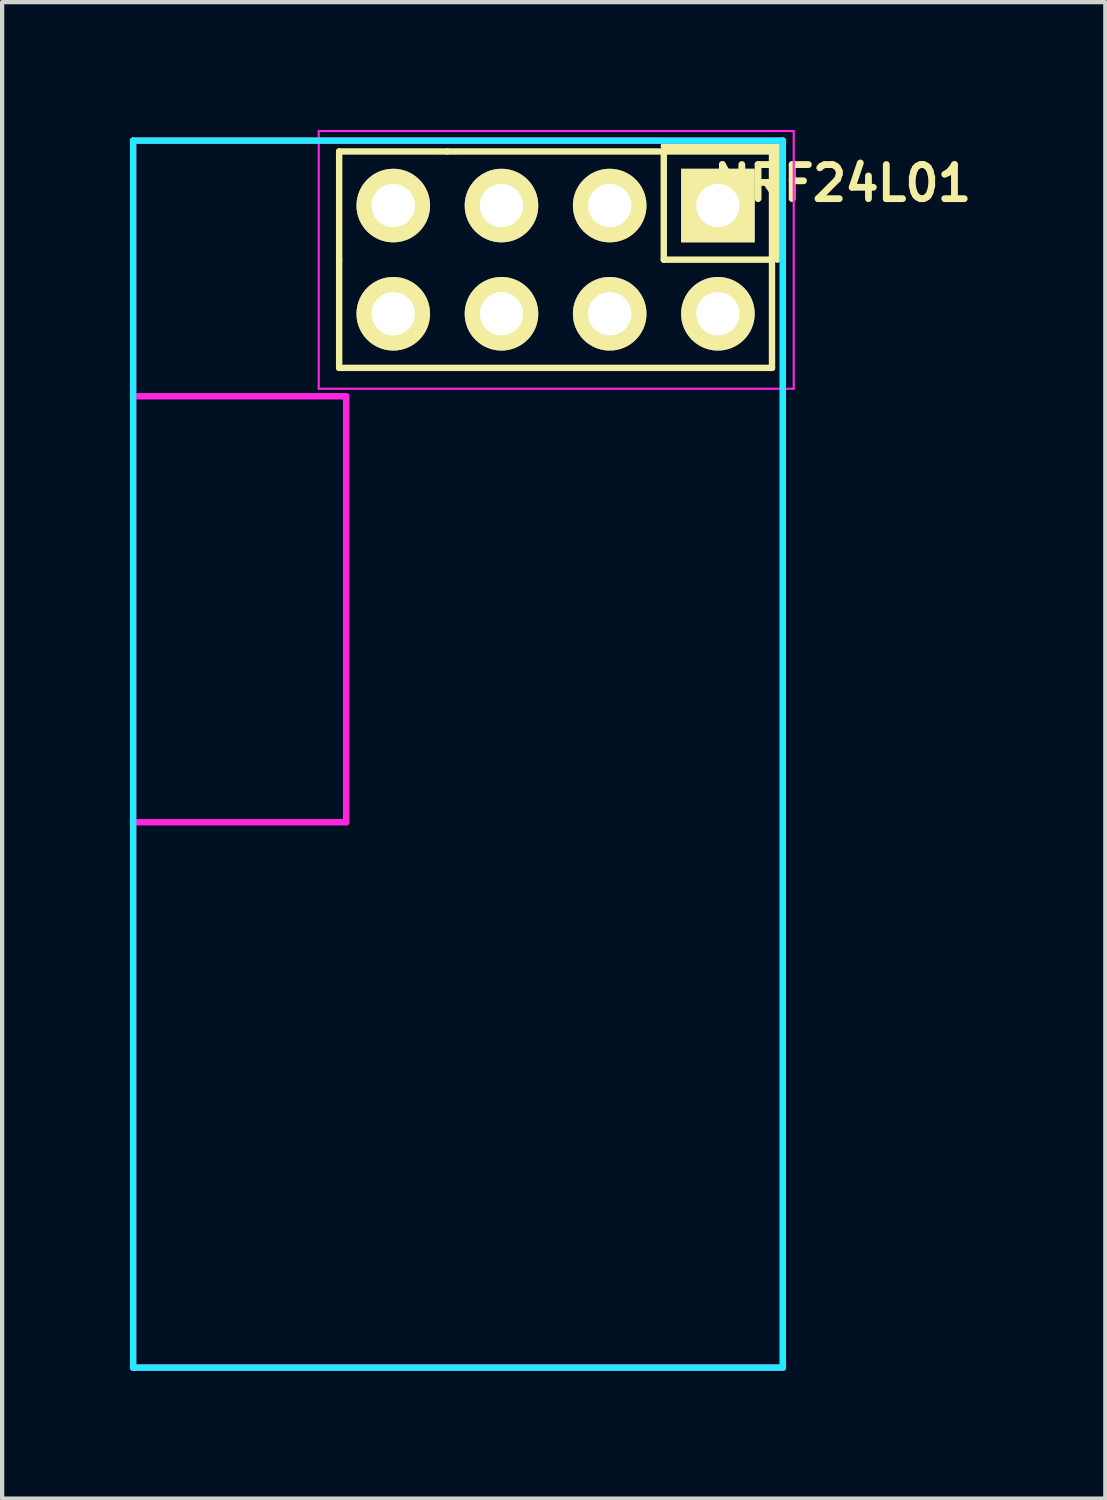
<source format=kicad_pcb>
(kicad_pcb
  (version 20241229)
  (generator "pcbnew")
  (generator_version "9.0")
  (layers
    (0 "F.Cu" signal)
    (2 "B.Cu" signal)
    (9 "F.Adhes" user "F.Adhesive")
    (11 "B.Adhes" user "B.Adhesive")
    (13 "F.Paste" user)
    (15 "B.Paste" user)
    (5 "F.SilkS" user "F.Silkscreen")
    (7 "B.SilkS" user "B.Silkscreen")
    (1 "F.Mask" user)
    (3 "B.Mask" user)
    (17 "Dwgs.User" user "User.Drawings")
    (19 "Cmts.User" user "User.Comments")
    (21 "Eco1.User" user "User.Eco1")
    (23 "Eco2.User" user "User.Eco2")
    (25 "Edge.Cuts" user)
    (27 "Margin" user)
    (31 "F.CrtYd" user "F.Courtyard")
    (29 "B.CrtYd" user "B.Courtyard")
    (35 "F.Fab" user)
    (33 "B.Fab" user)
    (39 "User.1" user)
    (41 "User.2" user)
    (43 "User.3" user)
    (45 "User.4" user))
  (footprint "NRF24L01"
    (layer "F.Cu")
    (at 15.325 0.251)
    (property "Reference" "NRF24L01" (at 1.4 1 0) (layer "F.SilkS") (effects (font (size 0.8 0.8) (thickness 0.16))))
    (attr through_hole)
    (fp_line (start -10.414 0.254) (end -10.414 2.794) (stroke (width 0.15) (type solid)) (layer "F.SilkS"))
    (fp_line (start -10.414 5.334) (end -10.414 2.794) (stroke (width 0.15) (type solid)) (layer "F.SilkS"))
    (fp_line (start -7.874 0.254) (end -10.414 0.254) (stroke (width 0.15) (type solid)) (layer "F.SilkS"))
    (fp_line (start -7.874 0.254) (end -0.254 0.254) (stroke (width 0.15) (type solid)) (layer "F.SilkS"))
    (fp_line (start -2.794 0.127) (end -0.127 0.127) (stroke (width 0.15) (type solid)) (layer "F.SilkS"))
    (fp_line (start -2.794 0.254) (end -2.794 2.794) (stroke (width 0.15) (type solid)) (layer "F.SilkS"))
    (fp_line (start -2.794 2.794) (end -0.254 2.794) (stroke (width 0.15) (type solid)) (layer "F.SilkS"))
    (fp_line (start -0.254 0.254) (end -0.254 5.334) (stroke (width 0.15) (type solid)) (layer "F.SilkS"))
    (fp_line (start -0.254 5.334) (end -10.414 5.334) (stroke (width 0.15) (type solid)) (layer "F.SilkS"))
    (fp_line (start -0.127 0.127) (end -0.127 2.794) (stroke (width 0.15) (type solid)) (layer "F.SilkS"))
    (fp_line (start -15.25 0) (end -15.25 28.8) (stroke (width 0.15) (type solid)) (layer "B.CrtYd"))
    (fp_line (start -15.25 28.8) (end 0 28.8) (stroke (width 0.15) (type solid)) (layer "B.CrtYd"))
    (fp_line (start 0 0) (end -15.25 0) (stroke (width 0.15) (type solid)) (layer "B.CrtYd"))
    (fp_line (start 0 28.8) (end 0 0) (stroke (width 0.15) (type solid)) (layer "B.CrtYd"))
    (fp_line (start -15.25 0) (end -15.25 28.8) (stroke (width 0.15) (type solid)) (layer "F.CrtYd"))
    (fp_line (start -15.25 6) (end -10.25 6) (stroke (width 0.15) (type solid)) (layer "F.CrtYd"))
    (fp_line (start -15.25 28.8) (end 0 28.8) (stroke (width 0.15) (type solid)) (layer "F.CrtYd"))
    (fp_line (start -10.894 -0.226) (end -10.894 5.824) (stroke (width 0.05) (type solid)) (layer "F.CrtYd"))
    (fp_line (start -10.894 -0.226) (end 0.256 -0.226) (stroke (width 0.05) (type solid)) (layer "F.CrtYd"))
    (fp_line (start -10.894 5.824) (end 0.256 5.824) (stroke (width 0.05) (type solid)) (layer "F.CrtYd"))
    (fp_line (start -10.25 6) (end -10.25 16) (stroke (width 0.15) (type solid)) (layer "F.CrtYd"))
    (fp_line (start -10.25 16) (end -15.25 16) (stroke (width 0.15) (type solid)) (layer "F.CrtYd"))
    (fp_line (start 0 0) (end -15.25 0) (stroke (width 0.15) (type solid)) (layer "F.CrtYd"))
    (fp_line (start 0 28.8) (end 0 0) (stroke (width 0.15) (type solid)) (layer "F.CrtYd"))
    (fp_line (start 0.256 -0.226) (end 0.256 5.824) (stroke (width 0.05) (type solid)) (layer "F.CrtYd"))
    (pad "1" thru_hole rect (at -1.524 1.524) (size 1.727 1.727) (drill 1.016) (layers "*.Cu" "*.Mask" "F.SilkS"))
    (pad "2" thru_hole oval (at -1.524 4.064) (size 1.727 1.727) (drill 1.016) (layers "*.Cu" "*.Mask" "F.SilkS"))
    (pad "3" thru_hole oval (at -4.064 1.524) (size 1.727 1.727) (drill 1.016) (layers "*.Cu" "*.Mask" "F.SilkS"))
    (pad "4" thru_hole oval (at -4.064 4.064) (size 1.727 1.727) (drill 1.016) (layers "*.Cu" "*.Mask" "F.SilkS"))
    (pad "5" thru_hole oval (at -6.604 1.524) (size 1.727 1.727) (drill 1.016) (layers "*.Cu" "*.Mask" "F.SilkS"))
    (pad "6" thru_hole oval (at -6.604 4.064) (size 1.727 1.727) (drill 1.016) (layers "*.Cu" "*.Mask" "F.SilkS"))
    (pad "7" thru_hole oval (at -9.144 1.524) (size 1.727 1.727) (drill 1.016) (layers "*.Cu" "*.Mask" "F.SilkS"))
    (pad "8" thru_hole oval (at -9.144 4.064) (size 1.727 1.727) (drill 1.016) (layers "*.Cu" "*.Mask" "F.SilkS")))
  (gr_rect
    (start -3 -3)
    (end 22.895 32.126)
    (stroke (width 0.1) (type default))
    (fill no)
    (layer "Edge.Cuts")))
</source>
